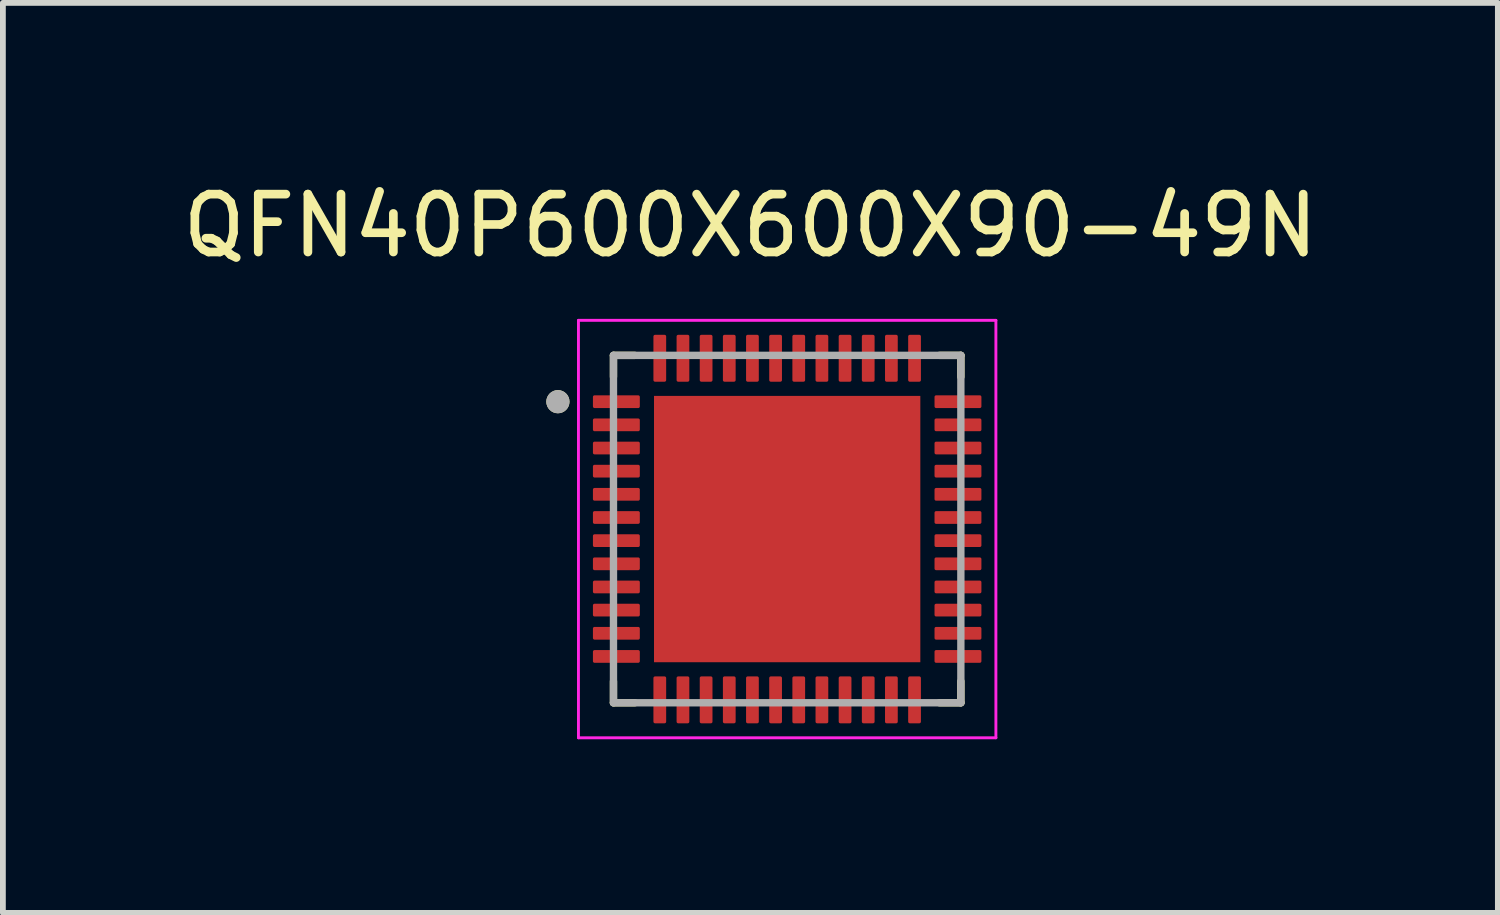
<source format=kicad_pcb>
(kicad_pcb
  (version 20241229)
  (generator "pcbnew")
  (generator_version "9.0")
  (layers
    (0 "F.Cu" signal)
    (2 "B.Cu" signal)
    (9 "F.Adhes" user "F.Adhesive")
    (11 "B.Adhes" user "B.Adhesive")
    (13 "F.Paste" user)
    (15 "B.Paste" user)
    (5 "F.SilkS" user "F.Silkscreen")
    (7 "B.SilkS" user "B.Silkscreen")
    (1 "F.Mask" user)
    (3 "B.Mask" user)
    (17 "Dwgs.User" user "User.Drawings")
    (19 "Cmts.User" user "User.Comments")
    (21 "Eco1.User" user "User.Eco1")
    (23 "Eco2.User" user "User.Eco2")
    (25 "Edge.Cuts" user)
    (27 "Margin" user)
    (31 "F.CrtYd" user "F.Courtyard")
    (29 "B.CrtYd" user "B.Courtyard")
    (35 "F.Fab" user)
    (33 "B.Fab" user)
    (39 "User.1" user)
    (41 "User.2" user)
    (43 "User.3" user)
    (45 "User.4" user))
  (footprint "QFN40P600X600X90-49N"
    (layer "F.Cu")
    (at 10.546 6.088)
    (property "Reference" "QFN40P600X600X90-49N" (at -0.635 -5.24 0) (layer "F.SilkS") (effects (font (size 1 1) (thickness 0.15))))
    (attr smd)
    (fp_line (start -3 -3) (end -3 -2.63) (stroke (width 0.127) (type solid)) (layer "F.SilkS"))
    (fp_line (start -3 -3) (end -2.63 -3) (stroke (width 0.127) (type solid)) (layer "F.SilkS"))
    (fp_line (start -3 3) (end -3 2.63) (stroke (width 0.127) (type solid)) (layer "F.SilkS"))
    (fp_line (start -3 3) (end -2.63 3) (stroke (width 0.127) (type solid)) (layer "F.SilkS"))
    (fp_line (start 3 -3) (end 2.63 -3) (stroke (width 0.127) (type solid)) (layer "F.SilkS"))
    (fp_line (start 3 -3) (end 3 -2.63) (stroke (width 0.127) (type solid)) (layer "F.SilkS"))
    (fp_line (start 3 3) (end 2.63 3) (stroke (width 0.127) (type solid)) (layer "F.SilkS"))
    (fp_line (start 3 3) (end 3 2.63) (stroke (width 0.127) (type solid)) (layer "F.SilkS"))
    (fp_circle (center -3.96 -2.2) (end -3.86 -2.2) (stroke (width 0.2) (type solid)) (fill no) (layer "F.SilkS"))
    (fp_poly (pts (xy -1.88 -1.88) (xy -0.42 -1.88) (xy -0.42 -0.42) (xy -1.88 -0.42)) (stroke (width 0.01) (type solid)) (fill yes) (layer "F.Paste"))
    (fp_poly (pts (xy -1.88 0.42) (xy -0.42 0.42) (xy -0.42 1.88) (xy -1.88 1.88)) (stroke (width 0.01) (type solid)) (fill yes) (layer "F.Paste"))
    (fp_poly (pts (xy 0.42 -1.88) (xy 1.88 -1.88) (xy 1.88 -0.42) (xy 0.42 -0.42)) (stroke (width 0.01) (type solid)) (fill yes) (layer "F.Paste"))
    (fp_poly (pts (xy 0.42 0.42) (xy 1.88 0.42) (xy 1.88 1.88) (xy 0.42 1.88)) (stroke (width 0.01) (type solid)) (fill yes) (layer "F.Paste"))
    (fp_line (start -3.605 -3.605) (end 3.605 -3.605) (stroke (width 0.05) (type solid)) (layer "F.CrtYd"))
    (fp_line (start -3.605 3.605) (end -3.605 -3.605) (stroke (width 0.05) (type solid)) (layer "F.CrtYd"))
    (fp_line (start -3.605 3.605) (end 3.605 3.605) (stroke (width 0.05) (type solid)) (layer "F.CrtYd"))
    (fp_line (start 3.605 3.605) (end 3.605 -3.605) (stroke (width 0.05) (type solid)) (layer "F.CrtYd"))
    (fp_line (start -3 3) (end -3 -3) (stroke (width 0.127) (type solid)) (layer "F.Fab"))
    (fp_line (start 3 -3) (end -3 -3) (stroke (width 0.127) (type solid)) (layer "F.Fab"))
    (fp_line (start 3 3) (end -3 3) (stroke (width 0.127) (type solid)) (layer "F.Fab"))
    (fp_line (start 3 3) (end 3 -3) (stroke (width 0.127) (type solid)) (layer "F.Fab"))
    (fp_circle (center -3.96 -2.2) (end -3.86 -2.2) (stroke (width 0.2) (type solid)) (fill no) (layer "F.Fab"))
    (pad "1" smd roundrect (at -2.95 -2.2) (size 0.81 0.22) (layers "F.Cu" "F.Mask" "F.Paste") (roundrect_rratio 0.125))
    (pad "2" smd roundrect (at -2.95 -1.8) (size 0.81 0.22) (layers "F.Cu" "F.Mask" "F.Paste") (roundrect_rratio 0.125))
    (pad "3" smd roundrect (at -2.95 -1.4) (size 0.81 0.22) (layers "F.Cu" "F.Mask" "F.Paste") (roundrect_rratio 0.125))
    (pad "4" smd roundrect (at -2.95 -1) (size 0.81 0.22) (layers "F.Cu" "F.Mask" "F.Paste") (roundrect_rratio 0.125))
    (pad "5" smd roundrect (at -2.95 -0.6) (size 0.81 0.22) (layers "F.Cu" "F.Mask" "F.Paste") (roundrect_rratio 0.125))
    (pad "6" smd roundrect (at -2.95 -0.2) (size 0.81 0.22) (layers "F.Cu" "F.Mask" "F.Paste") (roundrect_rratio 0.125))
    (pad "7" smd roundrect (at -2.95 0.2) (size 0.81 0.22) (layers "F.Cu" "F.Mask" "F.Paste") (roundrect_rratio 0.125))
    (pad "8" smd roundrect (at -2.95 0.6) (size 0.81 0.22) (layers "F.Cu" "F.Mask" "F.Paste") (roundrect_rratio 0.125))
    (pad "9" smd roundrect (at -2.95 1) (size 0.81 0.22) (layers "F.Cu" "F.Mask" "F.Paste") (roundrect_rratio 0.125))
    (pad "10" smd roundrect (at -2.95 1.4) (size 0.81 0.22) (layers "F.Cu" "F.Mask" "F.Paste") (roundrect_rratio 0.125))
    (pad "11" smd roundrect (at -2.95 1.8) (size 0.81 0.22) (layers "F.Cu" "F.Mask" "F.Paste") (roundrect_rratio 0.125))
    (pad "12" smd roundrect (at -2.95 2.2) (size 0.81 0.22) (layers "F.Cu" "F.Mask" "F.Paste") (roundrect_rratio 0.125))
    (pad "13" smd roundrect (at -2.2 2.95) (size 0.22 0.81) (layers "F.Cu" "F.Mask" "F.Paste") (roundrect_rratio 0.125))
    (pad "14" smd roundrect (at -1.8 2.95) (size 0.22 0.81) (layers "F.Cu" "F.Mask" "F.Paste") (roundrect_rratio 0.125))
    (pad "15" smd roundrect (at -1.4 2.95) (size 0.22 0.81) (layers "F.Cu" "F.Mask" "F.Paste") (roundrect_rratio 0.125))
    (pad "16" smd roundrect (at -1 2.95) (size 0.22 0.81) (layers "F.Cu" "F.Mask" "F.Paste") (roundrect_rratio 0.125))
    (pad "17" smd roundrect (at -0.6 2.95) (size 0.22 0.81) (layers "F.Cu" "F.Mask" "F.Paste") (roundrect_rratio 0.125))
    (pad "18" smd roundrect (at -0.2 2.95) (size 0.22 0.81) (layers "F.Cu" "F.Mask" "F.Paste") (roundrect_rratio 0.125))
    (pad "19" smd roundrect (at 0.2 2.95) (size 0.22 0.81) (layers "F.Cu" "F.Mask" "F.Paste") (roundrect_rratio 0.125))
    (pad "20" smd roundrect (at 0.6 2.95) (size 0.22 0.81) (layers "F.Cu" "F.Mask" "F.Paste") (roundrect_rratio 0.125))
    (pad "21" smd roundrect (at 1 2.95) (size 0.22 0.81) (layers "F.Cu" "F.Mask" "F.Paste") (roundrect_rratio 0.125))
    (pad "22" smd roundrect (at 1.4 2.95) (size 0.22 0.81) (layers "F.Cu" "F.Mask" "F.Paste") (roundrect_rratio 0.125))
    (pad "23" smd roundrect (at 1.8 2.95) (size 0.22 0.81) (layers "F.Cu" "F.Mask" "F.Paste") (roundrect_rratio 0.125))
    (pad "24" smd roundrect (at 2.2 2.95) (size 0.22 0.81) (layers "F.Cu" "F.Mask" "F.Paste") (roundrect_rratio 0.125))
    (pad "25" smd roundrect (at 2.95 2.2) (size 0.81 0.22) (layers "F.Cu" "F.Mask" "F.Paste") (roundrect_rratio 0.125))
    (pad "26" smd roundrect (at 2.95 1.8) (size 0.81 0.22) (layers "F.Cu" "F.Mask" "F.Paste") (roundrect_rratio 0.125))
    (pad "27" smd roundrect (at 2.95 1.4) (size 0.81 0.22) (layers "F.Cu" "F.Mask" "F.Paste") (roundrect_rratio 0.125))
    (pad "28" smd roundrect (at 2.95 1) (size 0.81 0.22) (layers "F.Cu" "F.Mask" "F.Paste") (roundrect_rratio 0.125))
    (pad "29" smd roundrect (at 2.95 0.6) (size 0.81 0.22) (layers "F.Cu" "F.Mask" "F.Paste") (roundrect_rratio 0.125))
    (pad "30" smd roundrect (at 2.95 0.2) (size 0.81 0.22) (layers "F.Cu" "F.Mask" "F.Paste") (roundrect_rratio 0.125))
    (pad "31" smd roundrect (at 2.95 -0.2) (size 0.81 0.22) (layers "F.Cu" "F.Mask" "F.Paste") (roundrect_rratio 0.125))
    (pad "32" smd roundrect (at 2.95 -0.6) (size 0.81 0.22) (layers "F.Cu" "F.Mask" "F.Paste") (roundrect_rratio 0.125))
    (pad "33" smd roundrect (at 2.95 -1) (size 0.81 0.22) (layers "F.Cu" "F.Mask" "F.Paste") (roundrect_rratio 0.125))
    (pad "34" smd roundrect (at 2.95 -1.4) (size 0.81 0.22) (layers "F.Cu" "F.Mask" "F.Paste") (roundrect_rratio 0.125))
    (pad "35" smd roundrect (at 2.95 -1.8) (size 0.81 0.22) (layers "F.Cu" "F.Mask" "F.Paste") (roundrect_rratio 0.125))
    (pad "36" smd roundrect (at 2.95 -2.2) (size 0.81 0.22) (layers "F.Cu" "F.Mask" "F.Paste") (roundrect_rratio 0.125))
    (pad "37" smd roundrect (at 2.2 -2.95) (size 0.22 0.81) (layers "F.Cu" "F.Mask" "F.Paste") (roundrect_rratio 0.125))
    (pad "38" smd roundrect (at 1.8 -2.95) (size 0.22 0.81) (layers "F.Cu" "F.Mask" "F.Paste") (roundrect_rratio 0.125))
    (pad "39" smd roundrect (at 1.4 -2.95) (size 0.22 0.81) (layers "F.Cu" "F.Mask" "F.Paste") (roundrect_rratio 0.125))
    (pad "40" smd roundrect (at 1 -2.95) (size 0.22 0.81) (layers "F.Cu" "F.Mask" "F.Paste") (roundrect_rratio 0.125))
    (pad "41" smd roundrect (at 0.6 -2.95) (size 0.22 0.81) (layers "F.Cu" "F.Mask" "F.Paste") (roundrect_rratio 0.125))
    (pad "42" smd roundrect (at 0.2 -2.95) (size 0.22 0.81) (layers "F.Cu" "F.Mask" "F.Paste") (roundrect_rratio 0.125))
    (pad "43" smd roundrect (at -0.2 -2.95) (size 0.22 0.81) (layers "F.Cu" "F.Mask" "F.Paste") (roundrect_rratio 0.125))
    (pad "44" smd roundrect (at -0.6 -2.95) (size 0.22 0.81) (layers "F.Cu" "F.Mask" "F.Paste") (roundrect_rratio 0.125))
    (pad "45" smd roundrect (at -1 -2.95) (size 0.22 0.81) (layers "F.Cu" "F.Mask" "F.Paste") (roundrect_rratio 0.125))
    (pad "46" smd roundrect (at -1.4 -2.95) (size 0.22 0.81) (layers "F.Cu" "F.Mask" "F.Paste") (roundrect_rratio 0.125))
    (pad "47" smd roundrect (at -1.8 -2.95) (size 0.22 0.81) (layers "F.Cu" "F.Mask" "F.Paste") (roundrect_rratio 0.125))
    (pad "48" smd roundrect (at -2.2 -2.95) (size 0.22 0.81) (layers "F.Cu" "F.Mask" "F.Paste") (roundrect_rratio 0.125))
    (pad "49" smd rect (at 0 0) (size 4.6 4.6) (layers "F.Cu" "F.Mask")))
  (gr_rect
    (start -3 -3)
    (end 22.821 12.718)
    (stroke (width 0.1) (type default))
    (fill no)
    (layer "Edge.Cuts")))
</source>
